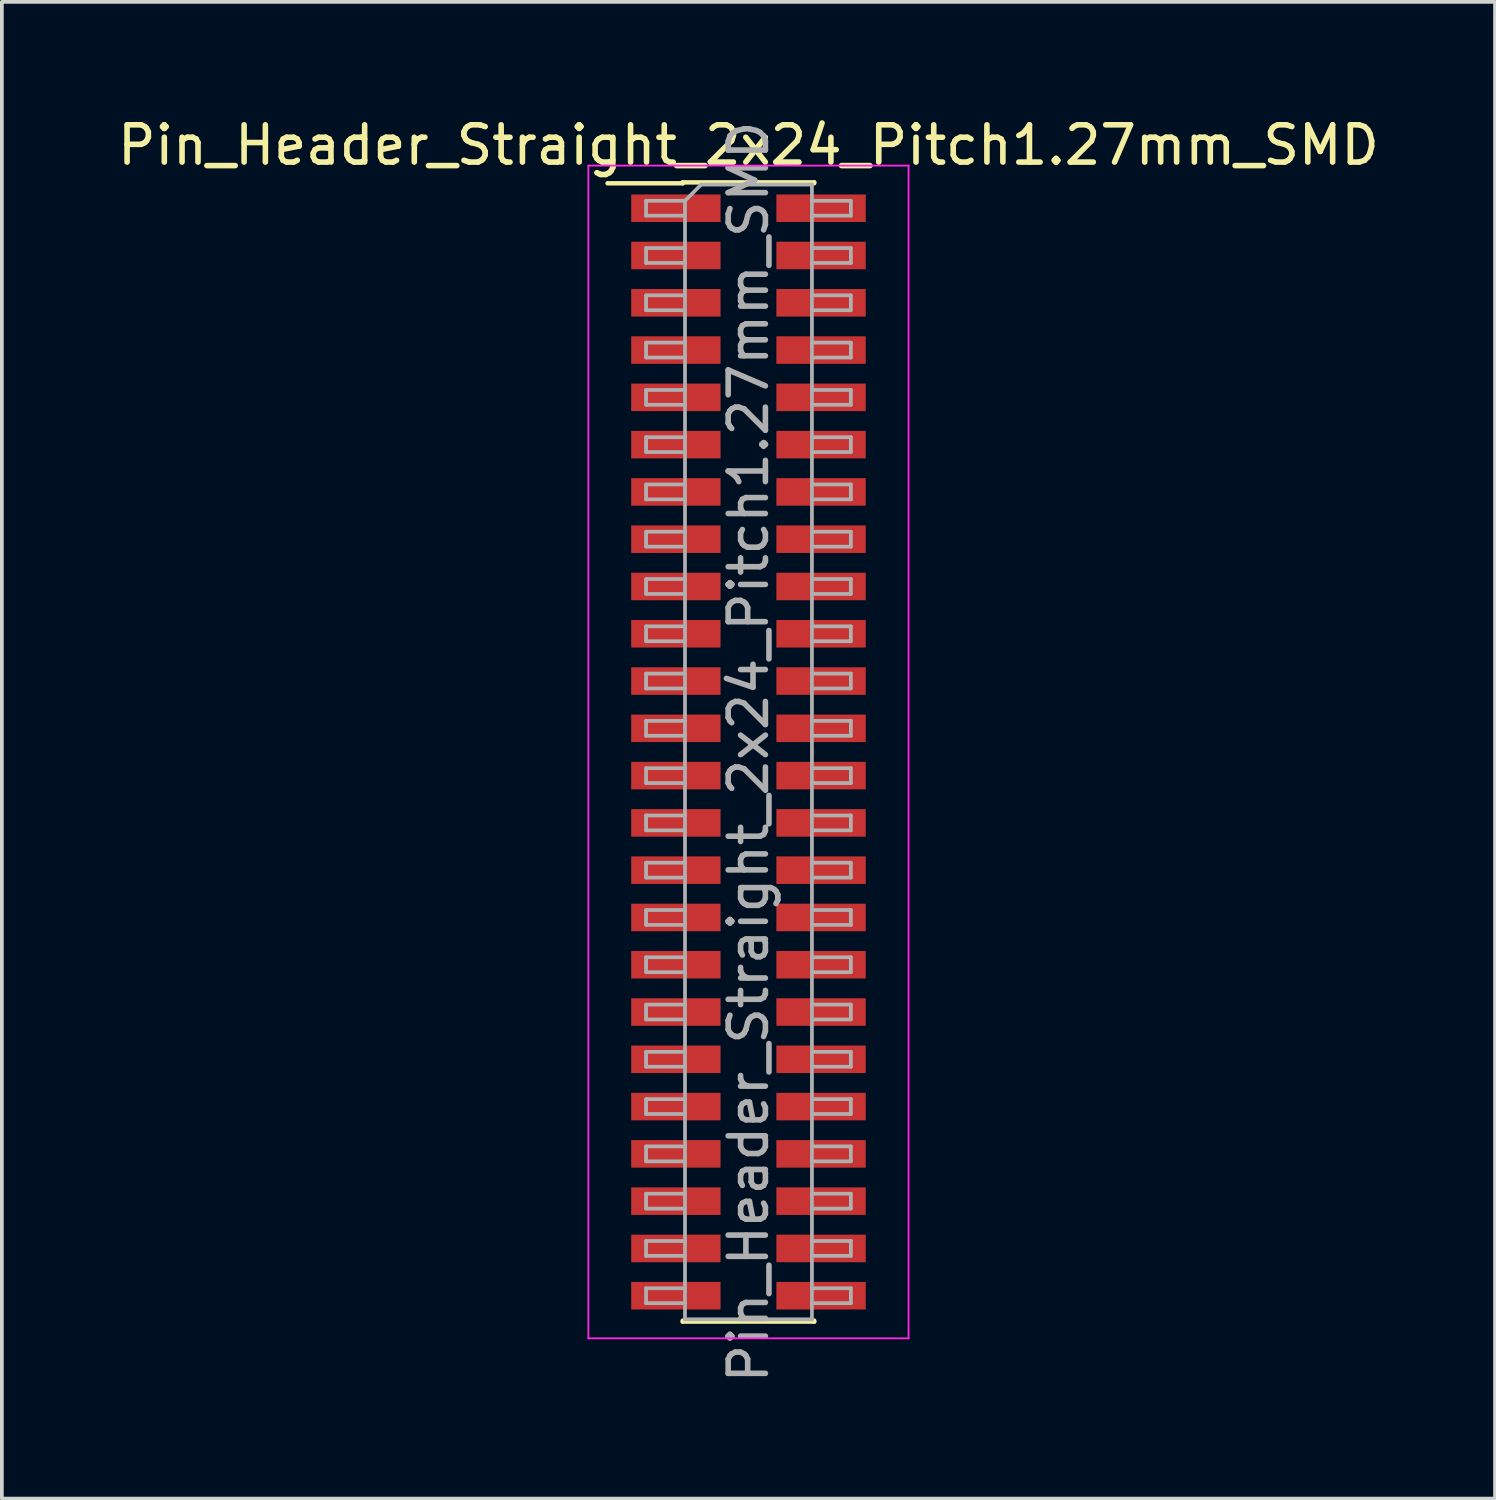
<source format=kicad_pcb>
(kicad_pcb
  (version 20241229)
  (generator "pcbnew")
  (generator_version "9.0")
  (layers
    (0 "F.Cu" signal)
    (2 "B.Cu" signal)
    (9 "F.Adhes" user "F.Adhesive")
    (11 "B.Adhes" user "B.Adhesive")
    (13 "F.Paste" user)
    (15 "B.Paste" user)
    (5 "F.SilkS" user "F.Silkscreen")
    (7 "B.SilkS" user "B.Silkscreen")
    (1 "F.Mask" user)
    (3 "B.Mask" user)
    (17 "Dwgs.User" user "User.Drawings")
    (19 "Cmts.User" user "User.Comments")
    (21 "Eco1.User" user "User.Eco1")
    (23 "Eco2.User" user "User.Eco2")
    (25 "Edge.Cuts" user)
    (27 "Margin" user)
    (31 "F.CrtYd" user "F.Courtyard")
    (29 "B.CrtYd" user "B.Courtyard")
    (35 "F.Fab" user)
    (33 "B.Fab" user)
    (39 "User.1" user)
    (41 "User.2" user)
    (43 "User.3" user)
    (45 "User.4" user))
  (footprint "Pin_Header_Straight_2x24_Pitch1.27mm_SMD"
    (layer "F.Cu")
    (at 17.054 17.148)
    (property "Reference" "Pin_Header_Straight_2x24_Pitch1.27mm_SMD" (at 0 -16.3 0) (layer "F.SilkS") (effects (font (size 1 1) (thickness 0.15))))
    (attr smd)
    (fp_line (start -3.785 -15.275) (end -1.765 -15.275) (stroke (width 0.12) (type solid)) (layer "F.SilkS"))
    (fp_line (start -1.765 -15.3) (end 1.765 -15.3) (stroke (width 0.12) (type solid)) (layer "F.SilkS"))
    (fp_line (start -1.765 -15.275) (end -1.765 -15.3) (stroke (width 0.12) (type solid)) (layer "F.SilkS"))
    (fp_line (start -1.765 15.275) (end -1.765 15.3) (stroke (width 0.12) (type solid)) (layer "F.SilkS"))
    (fp_line (start -1.765 15.3) (end 1.765 15.3) (stroke (width 0.12) (type solid)) (layer "F.SilkS"))
    (fp_line (start 1.765 -15.3) (end 1.765 -15.275) (stroke (width 0.12) (type solid)) (layer "F.SilkS"))
    (fp_line (start 1.765 15.3) (end 1.765 15.275) (stroke (width 0.12) (type solid)) (layer "F.SilkS"))
    (fp_line (start -4.3 -15.75) (end -4.3 15.75) (stroke (width 0.05) (type solid)) (layer "F.CrtYd"))
    (fp_line (start -4.3 15.75) (end 4.3 15.75) (stroke (width 0.05) (type solid)) (layer "F.CrtYd"))
    (fp_line (start 4.3 -15.75) (end -4.3 -15.75) (stroke (width 0.05) (type solid)) (layer "F.CrtYd"))
    (fp_line (start 4.3 15.75) (end 4.3 -15.75) (stroke (width 0.05) (type solid)) (layer "F.CrtYd"))
    (fp_line (start -2.75 -14.805) (end -2.75 -14.405) (stroke (width 0.1) (type solid)) (layer "F.Fab"))
    (fp_line (start -2.75 -14.405) (end -1.705 -14.405) (stroke (width 0.1) (type solid)) (layer "F.Fab"))
    (fp_line (start -2.75 -13.535) (end -2.75 -13.135) (stroke (width 0.1) (type solid)) (layer "F.Fab"))
    (fp_line (start -2.75 -13.135) (end -1.705 -13.135) (stroke (width 0.1) (type solid)) (layer "F.Fab"))
    (fp_line (start -2.75 -12.265) (end -2.75 -11.865) (stroke (width 0.1) (type solid)) (layer "F.Fab"))
    (fp_line (start -2.75 -11.865) (end -1.705 -11.865) (stroke (width 0.1) (type solid)) (layer "F.Fab"))
    (fp_line (start -2.75 -10.995) (end -2.75 -10.595) (stroke (width 0.1) (type solid)) (layer "F.Fab"))
    (fp_line (start -2.75 -10.595) (end -1.705 -10.595) (stroke (width 0.1) (type solid)) (layer "F.Fab"))
    (fp_line (start -2.75 -9.725) (end -2.75 -9.325) (stroke (width 0.1) (type solid)) (layer "F.Fab"))
    (fp_line (start -2.75 -9.325) (end -1.705 -9.325) (stroke (width 0.1) (type solid)) (layer "F.Fab"))
    (fp_line (start -2.75 -8.455) (end -2.75 -8.055) (stroke (width 0.1) (type solid)) (layer "F.Fab"))
    (fp_line (start -2.75 -8.055) (end -1.705 -8.055) (stroke (width 0.1) (type solid)) (layer "F.Fab"))
    (fp_line (start -2.75 -7.185) (end -2.75 -6.785) (stroke (width 0.1) (type solid)) (layer "F.Fab"))
    (fp_line (start -2.75 -6.785) (end -1.705 -6.785) (stroke (width 0.1) (type solid)) (layer "F.Fab"))
    (fp_line (start -2.75 -5.915) (end -2.75 -5.515) (stroke (width 0.1) (type solid)) (layer "F.Fab"))
    (fp_line (start -2.75 -5.515) (end -1.705 -5.515) (stroke (width 0.1) (type solid)) (layer "F.Fab"))
    (fp_line (start -2.75 -4.645) (end -2.75 -4.245) (stroke (width 0.1) (type solid)) (layer "F.Fab"))
    (fp_line (start -2.75 -4.245) (end -1.705 -4.245) (stroke (width 0.1) (type solid)) (layer "F.Fab"))
    (fp_line (start -2.75 -3.375) (end -2.75 -2.975) (stroke (width 0.1) (type solid)) (layer "F.Fab"))
    (fp_line (start -2.75 -2.975) (end -1.705 -2.975) (stroke (width 0.1) (type solid)) (layer "F.Fab"))
    (fp_line (start -2.75 -2.105) (end -2.75 -1.705) (stroke (width 0.1) (type solid)) (layer "F.Fab"))
    (fp_line (start -2.75 -1.705) (end -1.705 -1.705) (stroke (width 0.1) (type solid)) (layer "F.Fab"))
    (fp_line (start -2.75 -0.835) (end -2.75 -0.435) (stroke (width 0.1) (type solid)) (layer "F.Fab"))
    (fp_line (start -2.75 -0.435) (end -1.705 -0.435) (stroke (width 0.1) (type solid)) (layer "F.Fab"))
    (fp_line (start -2.75 0.435) (end -2.75 0.835) (stroke (width 0.1) (type solid)) (layer "F.Fab"))
    (fp_line (start -2.75 0.835) (end -1.705 0.835) (stroke (width 0.1) (type solid)) (layer "F.Fab"))
    (fp_line (start -2.75 1.705) (end -2.75 2.105) (stroke (width 0.1) (type solid)) (layer "F.Fab"))
    (fp_line (start -2.75 2.105) (end -1.705 2.105) (stroke (width 0.1) (type solid)) (layer "F.Fab"))
    (fp_line (start -2.75 2.975) (end -2.75 3.375) (stroke (width 0.1) (type solid)) (layer "F.Fab"))
    (fp_line (start -2.75 3.375) (end -1.705 3.375) (stroke (width 0.1) (type solid)) (layer "F.Fab"))
    (fp_line (start -2.75 4.245) (end -2.75 4.645) (stroke (width 0.1) (type solid)) (layer "F.Fab"))
    (fp_line (start -2.75 4.645) (end -1.705 4.645) (stroke (width 0.1) (type solid)) (layer "F.Fab"))
    (fp_line (start -2.75 5.515) (end -2.75 5.915) (stroke (width 0.1) (type solid)) (layer "F.Fab"))
    (fp_line (start -2.75 5.915) (end -1.705 5.915) (stroke (width 0.1) (type solid)) (layer "F.Fab"))
    (fp_line (start -2.75 6.785) (end -2.75 7.185) (stroke (width 0.1) (type solid)) (layer "F.Fab"))
    (fp_line (start -2.75 7.185) (end -1.705 7.185) (stroke (width 0.1) (type solid)) (layer "F.Fab"))
    (fp_line (start -2.75 8.055) (end -2.75 8.455) (stroke (width 0.1) (type solid)) (layer "F.Fab"))
    (fp_line (start -2.75 8.455) (end -1.705 8.455) (stroke (width 0.1) (type solid)) (layer "F.Fab"))
    (fp_line (start -2.75 9.325) (end -2.75 9.725) (stroke (width 0.1) (type solid)) (layer "F.Fab"))
    (fp_line (start -2.75 9.725) (end -1.705 9.725) (stroke (width 0.1) (type solid)) (layer "F.Fab"))
    (fp_line (start -2.75 10.595) (end -2.75 10.995) (stroke (width 0.1) (type solid)) (layer "F.Fab"))
    (fp_line (start -2.75 10.995) (end -1.705 10.995) (stroke (width 0.1) (type solid)) (layer "F.Fab"))
    (fp_line (start -2.75 11.865) (end -2.75 12.265) (stroke (width 0.1) (type solid)) (layer "F.Fab"))
    (fp_line (start -2.75 12.265) (end -1.705 12.265) (stroke (width 0.1) (type solid)) (layer "F.Fab"))
    (fp_line (start -2.75 13.135) (end -2.75 13.535) (stroke (width 0.1) (type solid)) (layer "F.Fab"))
    (fp_line (start -2.75 13.535) (end -1.705 13.535) (stroke (width 0.1) (type solid)) (layer "F.Fab"))
    (fp_line (start -2.75 14.405) (end -2.75 14.805) (stroke (width 0.1) (type solid)) (layer "F.Fab"))
    (fp_line (start -2.75 14.805) (end -1.705 14.805) (stroke (width 0.1) (type solid)) (layer "F.Fab"))
    (fp_line (start -1.705 -14.805) (end -2.75 -14.805) (stroke (width 0.1) (type solid)) (layer "F.Fab"))
    (fp_line (start -1.705 -14.805) (end -1.27 -15.24) (stroke (width 0.1) (type solid)) (layer "F.Fab"))
    (fp_line (start -1.705 -13.535) (end -2.75 -13.535) (stroke (width 0.1) (type solid)) (layer "F.Fab"))
    (fp_line (start -1.705 -12.265) (end -2.75 -12.265) (stroke (width 0.1) (type solid)) (layer "F.Fab"))
    (fp_line (start -1.705 -10.995) (end -2.75 -10.995) (stroke (width 0.1) (type solid)) (layer "F.Fab"))
    (fp_line (start -1.705 -9.725) (end -2.75 -9.725) (stroke (width 0.1) (type solid)) (layer "F.Fab"))
    (fp_line (start -1.705 -8.455) (end -2.75 -8.455) (stroke (width 0.1) (type solid)) (layer "F.Fab"))
    (fp_line (start -1.705 -7.185) (end -2.75 -7.185) (stroke (width 0.1) (type solid)) (layer "F.Fab"))
    (fp_line (start -1.705 -5.915) (end -2.75 -5.915) (stroke (width 0.1) (type solid)) (layer "F.Fab"))
    (fp_line (start -1.705 -4.645) (end -2.75 -4.645) (stroke (width 0.1) (type solid)) (layer "F.Fab"))
    (fp_line (start -1.705 -3.375) (end -2.75 -3.375) (stroke (width 0.1) (type solid)) (layer "F.Fab"))
    (fp_line (start -1.705 -2.105) (end -2.75 -2.105) (stroke (width 0.1) (type solid)) (layer "F.Fab"))
    (fp_line (start -1.705 -0.835) (end -2.75 -0.835) (stroke (width 0.1) (type solid)) (layer "F.Fab"))
    (fp_line (start -1.705 0.435) (end -2.75 0.435) (stroke (width 0.1) (type solid)) (layer "F.Fab"))
    (fp_line (start -1.705 1.705) (end -2.75 1.705) (stroke (width 0.1) (type solid)) (layer "F.Fab"))
    (fp_line (start -1.705 2.975) (end -2.75 2.975) (stroke (width 0.1) (type solid)) (layer "F.Fab"))
    (fp_line (start -1.705 4.245) (end -2.75 4.245) (stroke (width 0.1) (type solid)) (layer "F.Fab"))
    (fp_line (start -1.705 5.515) (end -2.75 5.515) (stroke (width 0.1) (type solid)) (layer "F.Fab"))
    (fp_line (start -1.705 6.785) (end -2.75 6.785) (stroke (width 0.1) (type solid)) (layer "F.Fab"))
    (fp_line (start -1.705 8.055) (end -2.75 8.055) (stroke (width 0.1) (type solid)) (layer "F.Fab"))
    (fp_line (start -1.705 9.325) (end -2.75 9.325) (stroke (width 0.1) (type solid)) (layer "F.Fab"))
    (fp_line (start -1.705 10.595) (end -2.75 10.595) (stroke (width 0.1) (type solid)) (layer "F.Fab"))
    (fp_line (start -1.705 11.865) (end -2.75 11.865) (stroke (width 0.1) (type solid)) (layer "F.Fab"))
    (fp_line (start -1.705 13.135) (end -2.75 13.135) (stroke (width 0.1) (type solid)) (layer "F.Fab"))
    (fp_line (start -1.705 14.405) (end -2.75 14.405) (stroke (width 0.1) (type solid)) (layer "F.Fab"))
    (fp_line (start -1.705 15.24) (end -1.705 -14.805) (stroke (width 0.1) (type solid)) (layer "F.Fab"))
    (fp_line (start -1.27 -15.24) (end 1.705 -15.24) (stroke (width 0.1) (type solid)) (layer "F.Fab"))
    (fp_line (start 1.705 -15.24) (end 1.705 15.24) (stroke (width 0.1) (type solid)) (layer "F.Fab"))
    (fp_line (start 1.705 -14.805) (end 2.75 -14.805) (stroke (width 0.1) (type solid)) (layer "F.Fab"))
    (fp_line (start 1.705 -13.535) (end 2.75 -13.535) (stroke (width 0.1) (type solid)) (layer "F.Fab"))
    (fp_line (start 1.705 -12.265) (end 2.75 -12.265) (stroke (width 0.1) (type solid)) (layer "F.Fab"))
    (fp_line (start 1.705 -10.995) (end 2.75 -10.995) (stroke (width 0.1) (type solid)) (layer "F.Fab"))
    (fp_line (start 1.705 -9.725) (end 2.75 -9.725) (stroke (width 0.1) (type solid)) (layer "F.Fab"))
    (fp_line (start 1.705 -8.455) (end 2.75 -8.455) (stroke (width 0.1) (type solid)) (layer "F.Fab"))
    (fp_line (start 1.705 -7.185) (end 2.75 -7.185) (stroke (width 0.1) (type solid)) (layer "F.Fab"))
    (fp_line (start 1.705 -5.915) (end 2.75 -5.915) (stroke (width 0.1) (type solid)) (layer "F.Fab"))
    (fp_line (start 1.705 -4.645) (end 2.75 -4.645) (stroke (width 0.1) (type solid)) (layer "F.Fab"))
    (fp_line (start 1.705 -3.375) (end 2.75 -3.375) (stroke (width 0.1) (type solid)) (layer "F.Fab"))
    (fp_line (start 1.705 -2.105) (end 2.75 -2.105) (stroke (width 0.1) (type solid)) (layer "F.Fab"))
    (fp_line (start 1.705 -0.835) (end 2.75 -0.835) (stroke (width 0.1) (type solid)) (layer "F.Fab"))
    (fp_line (start 1.705 0.435) (end 2.75 0.435) (stroke (width 0.1) (type solid)) (layer "F.Fab"))
    (fp_line (start 1.705 1.705) (end 2.75 1.705) (stroke (width 0.1) (type solid)) (layer "F.Fab"))
    (fp_line (start 1.705 2.975) (end 2.75 2.975) (stroke (width 0.1) (type solid)) (layer "F.Fab"))
    (fp_line (start 1.705 4.245) (end 2.75 4.245) (stroke (width 0.1) (type solid)) (layer "F.Fab"))
    (fp_line (start 1.705 5.515) (end 2.75 5.515) (stroke (width 0.1) (type solid)) (layer "F.Fab"))
    (fp_line (start 1.705 6.785) (end 2.75 6.785) (stroke (width 0.1) (type solid)) (layer "F.Fab"))
    (fp_line (start 1.705 8.055) (end 2.75 8.055) (stroke (width 0.1) (type solid)) (layer "F.Fab"))
    (fp_line (start 1.705 9.325) (end 2.75 9.325) (stroke (width 0.1) (type solid)) (layer "F.Fab"))
    (fp_line (start 1.705 10.595) (end 2.75 10.595) (stroke (width 0.1) (type solid)) (layer "F.Fab"))
    (fp_line (start 1.705 11.865) (end 2.75 11.865) (stroke (width 0.1) (type solid)) (layer "F.Fab"))
    (fp_line (start 1.705 13.135) (end 2.75 13.135) (stroke (width 0.1) (type solid)) (layer "F.Fab"))
    (fp_line (start 1.705 14.405) (end 2.75 14.405) (stroke (width 0.1) (type solid)) (layer "F.Fab"))
    (fp_line (start 1.705 15.24) (end -1.705 15.24) (stroke (width 0.1) (type solid)) (layer "F.Fab"))
    (fp_line (start 2.75 -14.805) (end 2.75 -14.405) (stroke (width 0.1) (type solid)) (layer "F.Fab"))
    (fp_line (start 2.75 -14.405) (end 1.705 -14.405) (stroke (width 0.1) (type solid)) (layer "F.Fab"))
    (fp_line (start 2.75 -13.535) (end 2.75 -13.135) (stroke (width 0.1) (type solid)) (layer "F.Fab"))
    (fp_line (start 2.75 -13.135) (end 1.705 -13.135) (stroke (width 0.1) (type solid)) (layer "F.Fab"))
    (fp_line (start 2.75 -12.265) (end 2.75 -11.865) (stroke (width 0.1) (type solid)) (layer "F.Fab"))
    (fp_line (start 2.75 -11.865) (end 1.705 -11.865) (stroke (width 0.1) (type solid)) (layer "F.Fab"))
    (fp_line (start 2.75 -10.995) (end 2.75 -10.595) (stroke (width 0.1) (type solid)) (layer "F.Fab"))
    (fp_line (start 2.75 -10.595) (end 1.705 -10.595) (stroke (width 0.1) (type solid)) (layer "F.Fab"))
    (fp_line (start 2.75 -9.725) (end 2.75 -9.325) (stroke (width 0.1) (type solid)) (layer "F.Fab"))
    (fp_line (start 2.75 -9.325) (end 1.705 -9.325) (stroke (width 0.1) (type solid)) (layer "F.Fab"))
    (fp_line (start 2.75 -8.455) (end 2.75 -8.055) (stroke (width 0.1) (type solid)) (layer "F.Fab"))
    (fp_line (start 2.75 -8.055) (end 1.705 -8.055) (stroke (width 0.1) (type solid)) (layer "F.Fab"))
    (fp_line (start 2.75 -7.185) (end 2.75 -6.785) (stroke (width 0.1) (type solid)) (layer "F.Fab"))
    (fp_line (start 2.75 -6.785) (end 1.705 -6.785) (stroke (width 0.1) (type solid)) (layer "F.Fab"))
    (fp_line (start 2.75 -5.915) (end 2.75 -5.515) (stroke (width 0.1) (type solid)) (layer "F.Fab"))
    (fp_line (start 2.75 -5.515) (end 1.705 -5.515) (stroke (width 0.1) (type solid)) (layer "F.Fab"))
    (fp_line (start 2.75 -4.645) (end 2.75 -4.245) (stroke (width 0.1) (type solid)) (layer "F.Fab"))
    (fp_line (start 2.75 -4.245) (end 1.705 -4.245) (stroke (width 0.1) (type solid)) (layer "F.Fab"))
    (fp_line (start 2.75 -3.375) (end 2.75 -2.975) (stroke (width 0.1) (type solid)) (layer "F.Fab"))
    (fp_line (start 2.75 -2.975) (end 1.705 -2.975) (stroke (width 0.1) (type solid)) (layer "F.Fab"))
    (fp_line (start 2.75 -2.105) (end 2.75 -1.705) (stroke (width 0.1) (type solid)) (layer "F.Fab"))
    (fp_line (start 2.75 -1.705) (end 1.705 -1.705) (stroke (width 0.1) (type solid)) (layer "F.Fab"))
    (fp_line (start 2.75 -0.835) (end 2.75 -0.435) (stroke (width 0.1) (type solid)) (layer "F.Fab"))
    (fp_line (start 2.75 -0.435) (end 1.705 -0.435) (stroke (width 0.1) (type solid)) (layer "F.Fab"))
    (fp_line (start 2.75 0.435) (end 2.75 0.835) (stroke (width 0.1) (type solid)) (layer "F.Fab"))
    (fp_line (start 2.75 0.835) (end 1.705 0.835) (stroke (width 0.1) (type solid)) (layer "F.Fab"))
    (fp_line (start 2.75 1.705) (end 2.75 2.105) (stroke (width 0.1) (type solid)) (layer "F.Fab"))
    (fp_line (start 2.75 2.105) (end 1.705 2.105) (stroke (width 0.1) (type solid)) (layer "F.Fab"))
    (fp_line (start 2.75 2.975) (end 2.75 3.375) (stroke (width 0.1) (type solid)) (layer "F.Fab"))
    (fp_line (start 2.75 3.375) (end 1.705 3.375) (stroke (width 0.1) (type solid)) (layer "F.Fab"))
    (fp_line (start 2.75 4.245) (end 2.75 4.645) (stroke (width 0.1) (type solid)) (layer "F.Fab"))
    (fp_line (start 2.75 4.645) (end 1.705 4.645) (stroke (width 0.1) (type solid)) (layer "F.Fab"))
    (fp_line (start 2.75 5.515) (end 2.75 5.915) (stroke (width 0.1) (type solid)) (layer "F.Fab"))
    (fp_line (start 2.75 5.915) (end 1.705 5.915) (stroke (width 0.1) (type solid)) (layer "F.Fab"))
    (fp_line (start 2.75 6.785) (end 2.75 7.185) (stroke (width 0.1) (type solid)) (layer "F.Fab"))
    (fp_line (start 2.75 7.185) (end 1.705 7.185) (stroke (width 0.1) (type solid)) (layer "F.Fab"))
    (fp_line (start 2.75 8.055) (end 2.75 8.455) (stroke (width 0.1) (type solid)) (layer "F.Fab"))
    (fp_line (start 2.75 8.455) (end 1.705 8.455) (stroke (width 0.1) (type solid)) (layer "F.Fab"))
    (fp_line (start 2.75 9.325) (end 2.75 9.725) (stroke (width 0.1) (type solid)) (layer "F.Fab"))
    (fp_line (start 2.75 9.725) (end 1.705 9.725) (stroke (width 0.1) (type solid)) (layer "F.Fab"))
    (fp_line (start 2.75 10.595) (end 2.75 10.995) (stroke (width 0.1) (type solid)) (layer "F.Fab"))
    (fp_line (start 2.75 10.995) (end 1.705 10.995) (stroke (width 0.1) (type solid)) (layer "F.Fab"))
    (fp_line (start 2.75 11.865) (end 2.75 12.265) (stroke (width 0.1) (type solid)) (layer "F.Fab"))
    (fp_line (start 2.75 12.265) (end 1.705 12.265) (stroke (width 0.1) (type solid)) (layer "F.Fab"))
    (fp_line (start 2.75 13.135) (end 2.75 13.535) (stroke (width 0.1) (type solid)) (layer "F.Fab"))
    (fp_line (start 2.75 13.535) (end 1.705 13.535) (stroke (width 0.1) (type solid)) (layer "F.Fab"))
    (fp_line (start 2.75 14.405) (end 2.75 14.805) (stroke (width 0.1) (type solid)) (layer "F.Fab"))
    (fp_line (start 2.75 14.805) (end 1.705 14.805) (stroke (width 0.1) (type solid)) (layer "F.Fab"))
    (fp_text user "${REFERENCE}" (at 0 0 90) (layer "F.Fab") (effects (font (size 1 1) (thickness 0.15))))
    (pad "1" smd rect (at -1.95 -14.605) (size 2.4 0.74) (layers "F.Cu" "F.Mask" "F.Paste"))
    (pad "2" smd rect (at 1.95 -14.605) (size 2.4 0.74) (layers "F.Cu" "F.Mask" "F.Paste"))
    (pad "3" smd rect (at -1.95 -13.335) (size 2.4 0.74) (layers "F.Cu" "F.Mask" "F.Paste"))
    (pad "4" smd rect (at 1.95 -13.335) (size 2.4 0.74) (layers "F.Cu" "F.Mask" "F.Paste"))
    (pad "5" smd rect (at -1.95 -12.065) (size 2.4 0.74) (layers "F.Cu" "F.Mask" "F.Paste"))
    (pad "6" smd rect (at 1.95 -12.065) (size 2.4 0.74) (layers "F.Cu" "F.Mask" "F.Paste"))
    (pad "7" smd rect (at -1.95 -10.795) (size 2.4 0.74) (layers "F.Cu" "F.Mask" "F.Paste"))
    (pad "8" smd rect (at 1.95 -10.795) (size 2.4 0.74) (layers "F.Cu" "F.Mask" "F.Paste"))
    (pad "9" smd rect (at -1.95 -9.525) (size 2.4 0.74) (layers "F.Cu" "F.Mask" "F.Paste"))
    (pad "10" smd rect (at 1.95 -9.525) (size 2.4 0.74) (layers "F.Cu" "F.Mask" "F.Paste"))
    (pad "11" smd rect (at -1.95 -8.255) (size 2.4 0.74) (layers "F.Cu" "F.Mask" "F.Paste"))
    (pad "12" smd rect (at 1.95 -8.255) (size 2.4 0.74) (layers "F.Cu" "F.Mask" "F.Paste"))
    (pad "13" smd rect (at -1.95 -6.985) (size 2.4 0.74) (layers "F.Cu" "F.Mask" "F.Paste"))
    (pad "14" smd rect (at 1.95 -6.985) (size 2.4 0.74) (layers "F.Cu" "F.Mask" "F.Paste"))
    (pad "15" smd rect (at -1.95 -5.715) (size 2.4 0.74) (layers "F.Cu" "F.Mask" "F.Paste"))
    (pad "16" smd rect (at 1.95 -5.715) (size 2.4 0.74) (layers "F.Cu" "F.Mask" "F.Paste"))
    (pad "17" smd rect (at -1.95 -4.445) (size 2.4 0.74) (layers "F.Cu" "F.Mask" "F.Paste"))
    (pad "18" smd rect (at 1.95 -4.445) (size 2.4 0.74) (layers "F.Cu" "F.Mask" "F.Paste"))
    (pad "19" smd rect (at -1.95 -3.175) (size 2.4 0.74) (layers "F.Cu" "F.Mask" "F.Paste"))
    (pad "20" smd rect (at 1.95 -3.175) (size 2.4 0.74) (layers "F.Cu" "F.Mask" "F.Paste"))
    (pad "21" smd rect (at -1.95 -1.905) (size 2.4 0.74) (layers "F.Cu" "F.Mask" "F.Paste"))
    (pad "22" smd rect (at 1.95 -1.905) (size 2.4 0.74) (layers "F.Cu" "F.Mask" "F.Paste"))
    (pad "23" smd rect (at -1.95 -0.635) (size 2.4 0.74) (layers "F.Cu" "F.Mask" "F.Paste"))
    (pad "24" smd rect (at 1.95 -0.635) (size 2.4 0.74) (layers "F.Cu" "F.Mask" "F.Paste"))
    (pad "25" smd rect (at -1.95 0.635) (size 2.4 0.74) (layers "F.Cu" "F.Mask" "F.Paste"))
    (pad "26" smd rect (at 1.95 0.635) (size 2.4 0.74) (layers "F.Cu" "F.Mask" "F.Paste"))
    (pad "27" smd rect (at -1.95 1.905) (size 2.4 0.74) (layers "F.Cu" "F.Mask" "F.Paste"))
    (pad "28" smd rect (at 1.95 1.905) (size 2.4 0.74) (layers "F.Cu" "F.Mask" "F.Paste"))
    (pad "29" smd rect (at -1.95 3.175) (size 2.4 0.74) (layers "F.Cu" "F.Mask" "F.Paste"))
    (pad "30" smd rect (at 1.95 3.175) (size 2.4 0.74) (layers "F.Cu" "F.Mask" "F.Paste"))
    (pad "31" smd rect (at -1.95 4.445) (size 2.4 0.74) (layers "F.Cu" "F.Mask" "F.Paste"))
    (pad "32" smd rect (at 1.95 4.445) (size 2.4 0.74) (layers "F.Cu" "F.Mask" "F.Paste"))
    (pad "33" smd rect (at -1.95 5.715) (size 2.4 0.74) (layers "F.Cu" "F.Mask" "F.Paste"))
    (pad "34" smd rect (at 1.95 5.715) (size 2.4 0.74) (layers "F.Cu" "F.Mask" "F.Paste"))
    (pad "35" smd rect (at -1.95 6.985) (size 2.4 0.74) (layers "F.Cu" "F.Mask" "F.Paste"))
    (pad "36" smd rect (at 1.95 6.985) (size 2.4 0.74) (layers "F.Cu" "F.Mask" "F.Paste"))
    (pad "37" smd rect (at -1.95 8.255) (size 2.4 0.74) (layers "F.Cu" "F.Mask" "F.Paste"))
    (pad "38" smd rect (at 1.95 8.255) (size 2.4 0.74) (layers "F.Cu" "F.Mask" "F.Paste"))
    (pad "39" smd rect (at -1.95 9.525) (size 2.4 0.74) (layers "F.Cu" "F.Mask" "F.Paste"))
    (pad "40" smd rect (at 1.95 9.525) (size 2.4 0.74) (layers "F.Cu" "F.Mask" "F.Paste"))
    (pad "41" smd rect (at -1.95 10.795) (size 2.4 0.74) (layers "F.Cu" "F.Mask" "F.Paste"))
    (pad "42" smd rect (at 1.95 10.795) (size 2.4 0.74) (layers "F.Cu" "F.Mask" "F.Paste"))
    (pad "43" smd rect (at -1.95 12.065) (size 2.4 0.74) (layers "F.Cu" "F.Mask" "F.Paste"))
    (pad "44" smd rect (at 1.95 12.065) (size 2.4 0.74) (layers "F.Cu" "F.Mask" "F.Paste"))
    (pad "45" smd rect (at -1.95 13.335) (size 2.4 0.74) (layers "F.Cu" "F.Mask" "F.Paste"))
    (pad "46" smd rect (at 1.95 13.335) (size 2.4 0.74) (layers "F.Cu" "F.Mask" "F.Paste"))
    (pad "47" smd rect (at -1.95 14.605) (size 2.4 0.74) (layers "F.Cu" "F.Mask" "F.Paste"))
    (pad "48" smd rect (at 1.95 14.605) (size 2.4 0.74) (layers "F.Cu" "F.Mask" "F.Paste")))
  (gr_rect
    (start -3 -3)
    (end 37.107 37.202)
    (stroke (width 0.1) (type default))
    (fill no)
    (layer "Edge.Cuts")))
</source>
